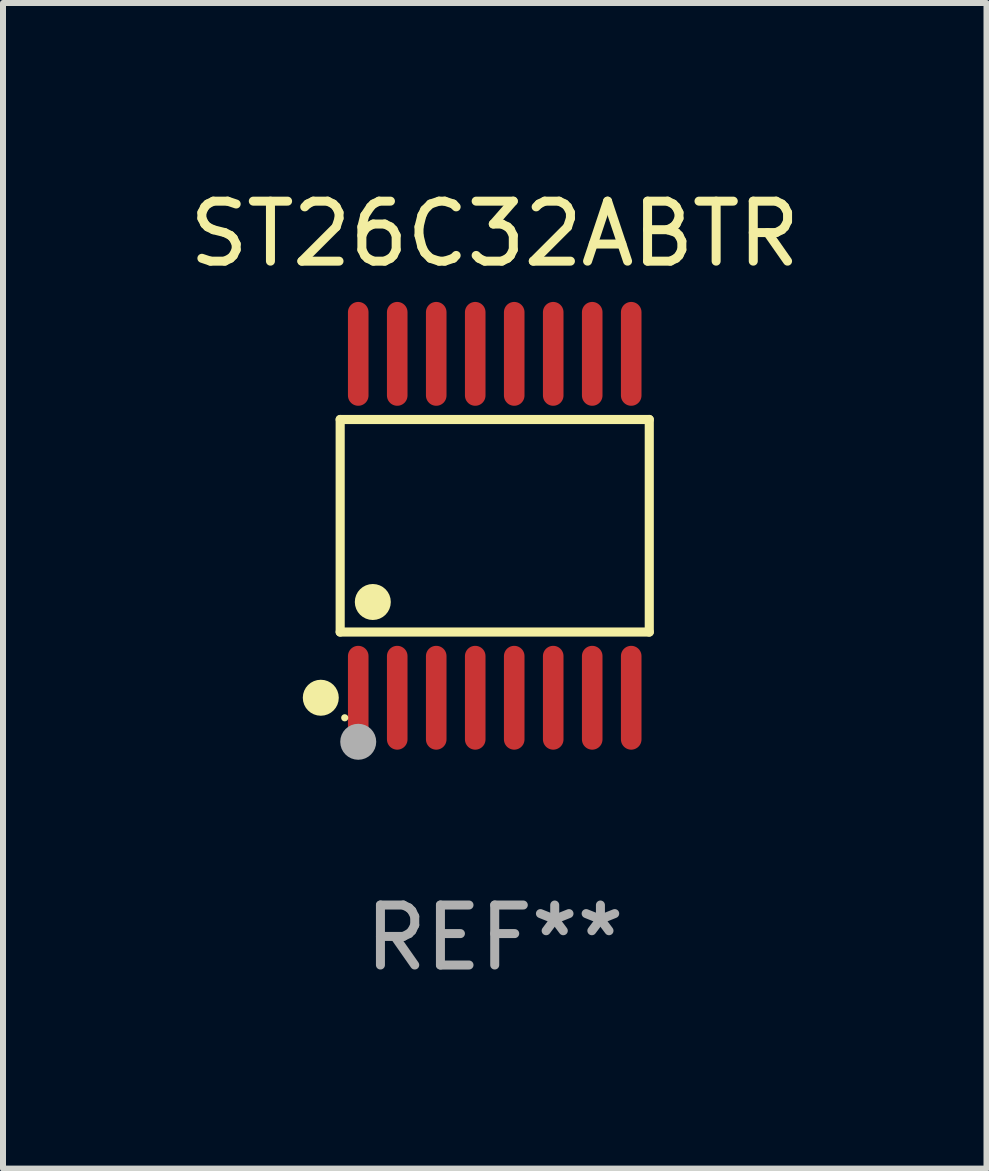
<source format=kicad_pcb>
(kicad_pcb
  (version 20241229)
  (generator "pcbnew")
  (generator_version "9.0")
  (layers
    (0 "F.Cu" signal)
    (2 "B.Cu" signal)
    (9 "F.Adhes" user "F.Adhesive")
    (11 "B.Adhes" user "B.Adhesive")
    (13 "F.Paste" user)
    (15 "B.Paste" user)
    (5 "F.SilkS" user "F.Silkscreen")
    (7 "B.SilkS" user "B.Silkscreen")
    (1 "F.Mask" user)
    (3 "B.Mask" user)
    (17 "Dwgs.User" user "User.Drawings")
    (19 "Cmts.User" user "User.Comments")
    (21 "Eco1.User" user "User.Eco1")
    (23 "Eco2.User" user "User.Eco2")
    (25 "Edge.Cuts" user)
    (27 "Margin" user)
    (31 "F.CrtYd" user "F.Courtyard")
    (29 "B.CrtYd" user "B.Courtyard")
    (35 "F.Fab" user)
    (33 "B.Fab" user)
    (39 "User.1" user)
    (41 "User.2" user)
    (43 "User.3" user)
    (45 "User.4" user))
  (footprint "ST26C32ABTR"
    (layer "F.Cu")
    (at 5.196 5.714)
    (property "Reference" "ST26C32ABTR" (at 0 -4.866 0) (layer "F.SilkS") (effects (font (size 1 1) (thickness 0.15))))
    (attr through_hole)
    (fp_line (start -2.576 -1.772) (end 2.576 -1.772) (stroke (width 0.152) (type solid)) (layer "F.SilkS"))
    (fp_line (start -2.576 1.771) (end -2.576 -1.772) (stroke (width 0.152) (type solid)) (layer "F.SilkS"))
    (fp_line (start 2.576 -1.772) (end 2.576 1.771) (stroke (width 0.152) (type solid)) (layer "F.SilkS"))
    (fp_line (start 2.576 1.771) (end -2.576 1.771) (stroke (width 0.152) (type solid)) (layer "F.SilkS"))
    (fp_circle (center -2.899 2.866) (end -2.749 2.866) (stroke (width 0.3) (type solid)) (fill no) (layer "F.SilkS"))
    (fp_circle (center -2.5 3.2) (end -2.47 3.2) (stroke (width 0.06) (type solid)) (fill no) (layer "F.SilkS"))
    (fp_circle (center -2.032 1.27) (end -1.882 1.27) (stroke (width 0.3) (type solid)) (fill no) (layer "F.SilkS"))
    (fp_circle (center -2.275 3.6) (end -2.125 3.6) (stroke (width 0.3) (type solid)) (fill no) (layer "F.Fab"))
    (fp_text user "REF**" (at 0 6.866 0) (layer "F.Fab") (effects (font (size 1 1) (thickness 0.15))))
    (pad "1" smd oval (at -2.275 2.866) (size 0.343 1.731) (layers "F.Cu" "F.Mask" "F.Paste"))
    (pad "2" smd oval (at -1.625 2.866) (size 0.343 1.731) (layers "F.Cu" "F.Mask" "F.Paste"))
    (pad "3" smd oval (at -0.975 2.866) (size 0.343 1.731) (layers "F.Cu" "F.Mask" "F.Paste"))
    (pad "4" smd oval (at -0.325 2.866) (size 0.343 1.731) (layers "F.Cu" "F.Mask" "F.Paste"))
    (pad "5" smd oval (at 0.325 2.866) (size 0.343 1.731) (layers "F.Cu" "F.Mask" "F.Paste"))
    (pad "6" smd oval (at 0.975 2.866) (size 0.343 1.731) (layers "F.Cu" "F.Mask" "F.Paste"))
    (pad "7" smd oval (at 1.625 2.866) (size 0.343 1.731) (layers "F.Cu" "F.Mask" "F.Paste"))
    (pad "8" smd oval (at 2.275 2.866) (size 0.343 1.731) (layers "F.Cu" "F.Mask" "F.Paste"))
    (pad "9" smd oval (at 2.275 -2.866) (size 0.343 1.731) (layers "F.Cu" "F.Mask" "F.Paste"))
    (pad "10" smd oval (at 1.625 -2.866) (size 0.343 1.731) (layers "F.Cu" "F.Mask" "F.Paste"))
    (pad "11" smd oval (at 0.975 -2.866) (size 0.343 1.731) (layers "F.Cu" "F.Mask" "F.Paste"))
    (pad "12" smd oval (at 0.325 -2.866) (size 0.343 1.731) (layers "F.Cu" "F.Mask" "F.Paste"))
    (pad "13" smd oval (at -0.325 -2.866) (size 0.343 1.731) (layers "F.Cu" "F.Mask" "F.Paste"))
    (pad "14" smd oval (at -0.975 -2.866) (size 0.343 1.731) (layers "F.Cu" "F.Mask" "F.Paste"))
    (pad "15" smd oval (at -1.625 -2.866) (size 0.343 1.731) (layers "F.Cu" "F.Mask" "F.Paste"))
    (pad "16" smd oval (at -2.275 -2.866) (size 0.343 1.731) (layers "F.Cu" "F.Mask" "F.Paste")))
  (gr_rect
    (start -3 -3)
    (end 13.393 16.428)
    (stroke (width 0.1) (type default))
    (fill no)
    (layer "Edge.Cuts")))
</source>
